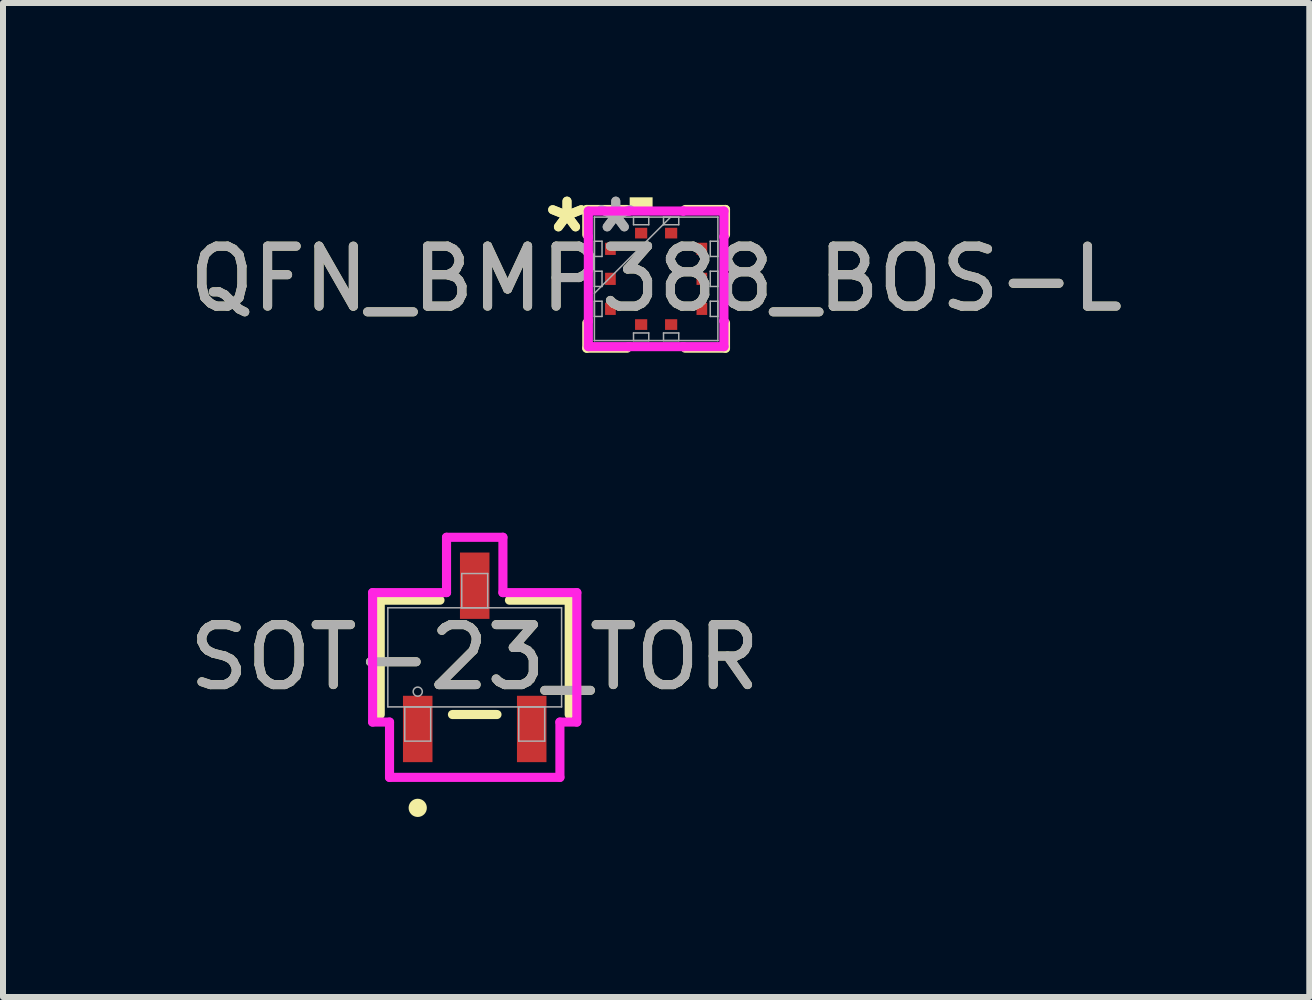
<source format=kicad_pcb>
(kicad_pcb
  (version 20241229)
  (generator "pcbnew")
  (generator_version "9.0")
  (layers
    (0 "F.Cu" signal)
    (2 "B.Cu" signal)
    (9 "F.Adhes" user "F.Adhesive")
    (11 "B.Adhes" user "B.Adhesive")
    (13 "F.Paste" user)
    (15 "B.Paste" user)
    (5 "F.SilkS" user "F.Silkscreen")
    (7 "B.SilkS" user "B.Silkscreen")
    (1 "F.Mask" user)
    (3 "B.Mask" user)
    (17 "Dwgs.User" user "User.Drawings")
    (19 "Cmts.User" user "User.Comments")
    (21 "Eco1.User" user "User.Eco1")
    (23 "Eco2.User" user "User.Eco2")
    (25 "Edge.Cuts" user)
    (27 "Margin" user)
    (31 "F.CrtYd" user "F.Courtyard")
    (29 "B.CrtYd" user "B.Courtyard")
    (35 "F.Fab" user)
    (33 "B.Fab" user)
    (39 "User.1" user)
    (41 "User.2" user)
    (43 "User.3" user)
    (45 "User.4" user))
  (footprint "SOT-23_TOR"
    (layer "F.Cu")
    (at 4.863 7.907)
    (property "Reference" "SOT-23_TOR" (at 0 0 0) (unlocked yes) (layer "F.SilkS") (effects (font (size 1 1) (thickness 0.15))))
    (attr smd)
    (fp_line (start -1.575 -0.953) (end -1.575 0.953) (stroke (width 0.152) (type solid)) (layer "F.SilkS"))
    (fp_line (start -0.579 -0.953) (end -1.575 -0.953) (stroke (width 0.152) (type solid)) (layer "F.SilkS"))
    (fp_line (start -0.371 0.953) (end 0.371 0.953) (stroke (width 0.152) (type solid)) (layer "F.SilkS"))
    (fp_line (start 1.575 -0.953) (end 0.579 -0.953) (stroke (width 0.152) (type solid)) (layer "F.SilkS"))
    (fp_line (start 1.575 0.953) (end 1.575 -0.953) (stroke (width 0.152) (type solid)) (layer "F.SilkS"))
    (fp_circle (center -0.95 2.509) (end -0.874 2.509) (stroke (width 0.152) (type solid)) (fill no) (layer "F.SilkS"))
    (fp_line (start -1.702 -1.079) (end -0.47 -1.079) (stroke (width 0.152) (type solid)) (layer "F.CrtYd"))
    (fp_line (start -1.702 1.079) (end -1.702 -1.079) (stroke (width 0.152) (type solid)) (layer "F.CrtYd"))
    (fp_line (start -1.702 1.079) (end -1.42 1.079) (stroke (width 0.152) (type solid)) (layer "F.CrtYd"))
    (fp_line (start -1.42 1.079) (end -1.42 2.001) (stroke (width 0.152) (type solid)) (layer "F.CrtYd"))
    (fp_line (start -1.42 2.001) (end 1.42 2.001) (stroke (width 0.152) (type solid)) (layer "F.CrtYd"))
    (fp_line (start -0.47 -2.001) (end 0.47 -2.001) (stroke (width 0.152) (type solid)) (layer "F.CrtYd"))
    (fp_line (start -0.47 -1.079) (end -0.47 -2.001) (stroke (width 0.152) (type solid)) (layer "F.CrtYd"))
    (fp_line (start 0.47 -1.079) (end 0.47 -2.001) (stroke (width 0.152) (type solid)) (layer "F.CrtYd"))
    (fp_line (start 1.42 1.079) (end 1.42 2.001) (stroke (width 0.152) (type solid)) (layer "F.CrtYd"))
    (fp_line (start 1.702 -1.079) (end 0.47 -1.079) (stroke (width 0.152) (type solid)) (layer "F.CrtYd"))
    (fp_line (start 1.702 -1.079) (end 1.702 1.079) (stroke (width 0.152) (type solid)) (layer "F.CrtYd"))
    (fp_line (start 1.702 1.079) (end 1.42 1.079) (stroke (width 0.152) (type solid)) (layer "F.CrtYd"))
    (fp_line (start -1.448 -0.826) (end -1.448 0.826) (stroke (width 0.025) (type solid)) (layer "F.Fab"))
    (fp_line (start -1.448 0.826) (end 1.448 0.826) (stroke (width 0.025) (type solid)) (layer "F.Fab"))
    (fp_line (start -1.166 0.826) (end -1.166 1.397) (stroke (width 0.025) (type solid)) (layer "F.Fab"))
    (fp_line (start -1.166 1.397) (end -0.734 1.397) (stroke (width 0.025) (type solid)) (layer "F.Fab"))
    (fp_line (start -0.734 0.826) (end -1.166 0.826) (stroke (width 0.025) (type solid)) (layer "F.Fab"))
    (fp_line (start -0.734 1.397) (end -0.734 0.826) (stroke (width 0.025) (type solid)) (layer "F.Fab"))
    (fp_line (start -0.216 -1.397) (end -0.216 -0.826) (stroke (width 0.025) (type solid)) (layer "F.Fab"))
    (fp_line (start -0.216 -0.826) (end 0.216 -0.826) (stroke (width 0.025) (type solid)) (layer "F.Fab"))
    (fp_line (start 0.216 -1.397) (end -0.216 -1.397) (stroke (width 0.025) (type solid)) (layer "F.Fab"))
    (fp_line (start 0.216 -0.826) (end 0.216 -1.397) (stroke (width 0.025) (type solid)) (layer "F.Fab"))
    (fp_line (start 0.734 0.826) (end 0.734 1.397) (stroke (width 0.025) (type solid)) (layer "F.Fab"))
    (fp_line (start 0.734 1.397) (end 1.166 1.397) (stroke (width 0.025) (type solid)) (layer "F.Fab"))
    (fp_line (start 1.166 0.826) (end 0.734 0.826) (stroke (width 0.025) (type solid)) (layer "F.Fab"))
    (fp_line (start 1.166 1.397) (end 1.166 0.826) (stroke (width 0.025) (type solid)) (layer "F.Fab"))
    (fp_line (start 1.448 -0.826) (end -1.448 -0.826) (stroke (width 0.025) (type solid)) (layer "F.Fab"))
    (fp_line (start 1.448 0.826) (end 1.448 -0.826) (stroke (width 0.025) (type solid)) (layer "F.Fab"))
    (fp_circle (center -0.95 0.572) (end -0.874 0.572) (stroke (width 0.025) (type solid)) (fill no) (layer "F.Fab"))
    (fp_text user "${REFERENCE}" (at 0 0 0) (unlocked yes) (layer "F.Fab") (effects (font (size 1 1) (thickness 0.15))))
    (pad "1" smd rect (at -0.95 1.194) (size 0.492 1.106) (layers "F.Cu" "F.Mask" "F.Paste"))
    (pad "2" smd rect (at 0.95 1.194) (size 0.492 1.106) (layers "F.Cu" "F.Mask" "F.Paste"))
    (pad "3" smd rect (at 0 -1.194) (size 0.492 1.106) (layers "F.Cu" "F.Mask" "F.Paste")))
  (footprint "QFN_BMP388_BOS-L"
    (layer "F.Cu")
    (at 7.887 1.598)
    (property "Reference" "QFN_BMP388_BOS-L" (at 0 0 0) (unlocked yes) (layer "F.SilkS") (effects (font (size 1 1) (thickness 0.15))))
    (attr smd)
    (fp_line (start -1.156 -1.156) (end -1.156 -0.735) (stroke (width 0.152) (type solid)) (layer "F.SilkS"))
    (fp_line (start -1.156 0.735) (end -1.156 1.156) (stroke (width 0.152) (type solid)) (layer "F.SilkS"))
    (fp_line (start -1.156 1.156) (end -0.485 1.156) (stroke (width 0.152) (type solid)) (layer "F.SilkS"))
    (fp_line (start -0.485 -1.156) (end -1.156 -1.156) (stroke (width 0.152) (type solid)) (layer "F.SilkS"))
    (fp_line (start 0.485 1.156) (end 1.156 1.156) (stroke (width 0.152) (type solid)) (layer "F.SilkS"))
    (fp_line (start 1.156 -1.156) (end 0.485 -1.156) (stroke (width 0.152) (type solid)) (layer "F.SilkS"))
    (fp_line (start 1.156 -0.735) (end 1.156 -1.156) (stroke (width 0.152) (type solid)) (layer "F.SilkS"))
    (fp_line (start 1.156 1.156) (end 1.156 0.735) (stroke (width 0.152) (type solid)) (layer "F.SilkS"))
    (fp_poly (pts (xy -0.441 -1.105) (xy -0.441 -1.359) (xy -0.059 -1.359) (xy -0.059 -1.105)) (stroke (width 0) (type solid)) (fill yes) (layer "F.SilkS"))
    (fp_line (start -1.13 -1.13) (end -0.453 -1.13) (stroke (width 0.152) (type solid)) (layer "F.CrtYd"))
    (fp_line (start -1.13 -0.703) (end -1.13 -1.13) (stroke (width 0.152) (type solid)) (layer "F.CrtYd"))
    (fp_line (start -1.13 -0.703) (end -1.13 -0.703) (stroke (width 0.152) (type solid)) (layer "F.CrtYd"))
    (fp_line (start -1.13 0.703) (end -1.13 -0.703) (stroke (width 0.152) (type solid)) (layer "F.CrtYd"))
    (fp_line (start -1.13 0.703) (end -1.13 0.703) (stroke (width 0.152) (type solid)) (layer "F.CrtYd"))
    (fp_line (start -1.13 1.13) (end -1.13 0.703) (stroke (width 0.152) (type solid)) (layer "F.CrtYd"))
    (fp_line (start -0.453 -1.13) (end -0.453 -1.13) (stroke (width 0.152) (type solid)) (layer "F.CrtYd"))
    (fp_line (start -0.453 -1.13) (end 0.453 -1.13) (stroke (width 0.152) (type solid)) (layer "F.CrtYd"))
    (fp_line (start -0.453 1.13) (end -1.13 1.13) (stroke (width 0.152) (type solid)) (layer "F.CrtYd"))
    (fp_line (start -0.453 1.13) (end -0.453 1.13) (stroke (width 0.152) (type solid)) (layer "F.CrtYd"))
    (fp_line (start 0.453 -1.13) (end 0.453 -1.13) (stroke (width 0.152) (type solid)) (layer "F.CrtYd"))
    (fp_line (start 0.453 -1.13) (end 1.13 -1.13) (stroke (width 0.152) (type solid)) (layer "F.CrtYd"))
    (fp_line (start 0.453 1.13) (end -0.453 1.13) (stroke (width 0.152) (type solid)) (layer "F.CrtYd"))
    (fp_line (start 0.453 1.13) (end 0.453 1.13) (stroke (width 0.152) (type solid)) (layer "F.CrtYd"))
    (fp_line (start 1.13 -1.13) (end 1.13 -0.703) (stroke (width 0.152) (type solid)) (layer "F.CrtYd"))
    (fp_line (start 1.13 -0.703) (end 1.13 -0.703) (stroke (width 0.152) (type solid)) (layer "F.CrtYd"))
    (fp_line (start 1.13 -0.703) (end 1.13 0.703) (stroke (width 0.152) (type solid)) (layer "F.CrtYd"))
    (fp_line (start 1.13 0.703) (end 1.13 0.703) (stroke (width 0.152) (type solid)) (layer "F.CrtYd"))
    (fp_line (start 1.13 0.703) (end 1.13 1.13) (stroke (width 0.152) (type solid)) (layer "F.CrtYd"))
    (fp_line (start 1.13 1.13) (end 0.453 1.13) (stroke (width 0.152) (type solid)) (layer "F.CrtYd"))
    (fp_line (start -1.029 -1.029) (end -1.029 -1.029) (stroke (width 0.025) (type solid)) (layer "F.Fab"))
    (fp_line (start -1.029 -1.029) (end -1.029 1.029) (stroke (width 0.025) (type solid)) (layer "F.Fab"))
    (fp_line (start -1.029 -0.627) (end -0.902 -0.627) (stroke (width 0.025) (type solid)) (layer "F.Fab"))
    (fp_line (start -1.029 -0.373) (end -1.029 -0.627) (stroke (width 0.025) (type solid)) (layer "F.Fab"))
    (fp_line (start -1.029 -0.127) (end -0.902 -0.127) (stroke (width 0.025) (type solid)) (layer "F.Fab"))
    (fp_line (start -1.029 0.127) (end -1.029 -0.127) (stroke (width 0.025) (type solid)) (layer "F.Fab"))
    (fp_line (start -1.029 0.241) (end 0.241 -1.029) (stroke (width 0.025) (type solid)) (layer "F.Fab"))
    (fp_line (start -1.029 0.373) (end -0.902 0.373) (stroke (width 0.025) (type solid)) (layer "F.Fab"))
    (fp_line (start -1.029 0.627) (end -1.029 0.373) (stroke (width 0.025) (type solid)) (layer "F.Fab"))
    (fp_line (start -1.029 1.029) (end -1.029 1.029) (stroke (width 0.025) (type solid)) (layer "F.Fab"))
    (fp_line (start -1.029 1.029) (end 1.029 1.029) (stroke (width 0.025) (type solid)) (layer "F.Fab"))
    (fp_line (start -0.902 -0.627) (end -0.902 -0.373) (stroke (width 0.025) (type solid)) (layer "F.Fab"))
    (fp_line (start -0.902 -0.373) (end -1.029 -0.373) (stroke (width 0.025) (type solid)) (layer "F.Fab"))
    (fp_line (start -0.902 -0.127) (end -0.902 0.127) (stroke (width 0.025) (type solid)) (layer "F.Fab"))
    (fp_line (start -0.902 0.127) (end -1.029 0.127) (stroke (width 0.025) (type solid)) (layer "F.Fab"))
    (fp_line (start -0.902 0.373) (end -0.902 0.627) (stroke (width 0.025) (type solid)) (layer "F.Fab"))
    (fp_line (start -0.902 0.627) (end -1.029 0.627) (stroke (width 0.025) (type solid)) (layer "F.Fab"))
    (fp_line (start -0.377 -1.029) (end -0.123 -1.029) (stroke (width 0.025) (type solid)) (layer "F.Fab"))
    (fp_line (start -0.377 -0.902) (end -0.377 -1.029) (stroke (width 0.025) (type solid)) (layer "F.Fab"))
    (fp_line (start -0.377 0.902) (end -0.123 0.902) (stroke (width 0.025) (type solid)) (layer "F.Fab"))
    (fp_line (start -0.377 1.029) (end -0.377 0.902) (stroke (width 0.025) (type solid)) (layer "F.Fab"))
    (fp_line (start -0.123 -1.029) (end -0.123 -0.902) (stroke (width 0.025) (type solid)) (layer "F.Fab"))
    (fp_line (start -0.123 -0.902) (end -0.377 -0.902) (stroke (width 0.025) (type solid)) (layer "F.Fab"))
    (fp_line (start -0.123 0.902) (end -0.123 1.029) (stroke (width 0.025) (type solid)) (layer "F.Fab"))
    (fp_line (start -0.123 1.029) (end -0.377 1.029) (stroke (width 0.025) (type solid)) (layer "F.Fab"))
    (fp_line (start 0.123 -1.029) (end 0.377 -1.029) (stroke (width 0.025) (type solid)) (layer "F.Fab"))
    (fp_line (start 0.123 -0.902) (end 0.123 -1.029) (stroke (width 0.025) (type solid)) (layer "F.Fab"))
    (fp_line (start 0.123 0.902) (end 0.377 0.902) (stroke (width 0.025) (type solid)) (layer "F.Fab"))
    (fp_line (start 0.123 1.029) (end 0.123 0.902) (stroke (width 0.025) (type solid)) (layer "F.Fab"))
    (fp_line (start 0.377 -1.029) (end 0.377 -0.902) (stroke (width 0.025) (type solid)) (layer "F.Fab"))
    (fp_line (start 0.377 -0.902) (end 0.123 -0.902) (stroke (width 0.025) (type solid)) (layer "F.Fab"))
    (fp_line (start 0.377 0.902) (end 0.377 1.029) (stroke (width 0.025) (type solid)) (layer "F.Fab"))
    (fp_line (start 0.377 1.029) (end 0.123 1.029) (stroke (width 0.025) (type solid)) (layer "F.Fab"))
    (fp_line (start 0.902 -0.627) (end 1.029 -0.627) (stroke (width 0.025) (type solid)) (layer "F.Fab"))
    (fp_line (start 0.902 -0.373) (end 0.902 -0.627) (stroke (width 0.025) (type solid)) (layer "F.Fab"))
    (fp_line (start 0.902 -0.127) (end 1.029 -0.127) (stroke (width 0.025) (type solid)) (layer "F.Fab"))
    (fp_line (start 0.902 0.127) (end 0.902 -0.127) (stroke (width 0.025) (type solid)) (layer "F.Fab"))
    (fp_line (start 0.902 0.373) (end 1.029 0.373) (stroke (width 0.025) (type solid)) (layer "F.Fab"))
    (fp_line (start 0.902 0.627) (end 0.902 0.373) (stroke (width 0.025) (type solid)) (layer "F.Fab"))
    (fp_line (start 1.029 -1.029) (end -1.029 -1.029) (stroke (width 0.025) (type solid)) (layer "F.Fab"))
    (fp_line (start 1.029 -1.029) (end 1.029 -1.029) (stroke (width 0.025) (type solid)) (layer "F.Fab"))
    (fp_line (start 1.029 -0.627) (end 1.029 -0.373) (stroke (width 0.025) (type solid)) (layer "F.Fab"))
    (fp_line (start 1.029 -0.373) (end 0.902 -0.373) (stroke (width 0.025) (type solid)) (layer "F.Fab"))
    (fp_line (start 1.029 -0.127) (end 1.029 0.127) (stroke (width 0.025) (type solid)) (layer "F.Fab"))
    (fp_line (start 1.029 0.127) (end 0.902 0.127) (stroke (width 0.025) (type solid)) (layer "F.Fab"))
    (fp_line (start 1.029 0.373) (end 1.029 0.627) (stroke (width 0.025) (type solid)) (layer "F.Fab"))
    (fp_line (start 1.029 0.627) (end 0.902 0.627) (stroke (width 0.025) (type solid)) (layer "F.Fab"))
    (fp_line (start 1.029 1.029) (end 1.029 -1.029) (stroke (width 0.025) (type solid)) (layer "F.Fab"))
    (fp_line (start 1.029 1.029) (end 1.029 1.029) (stroke (width 0.025) (type solid)) (layer "F.Fab"))
    (fp_text user "*" (at -1.486 -0.75 0) (layer "F.SilkS") (effects (font (size 1 1) (thickness 0.15))))
    (fp_text user "*" (at -1.486 -0.75 0) (unlocked yes) (layer "F.SilkS") (effects (font (size 1 1) (thickness 0.15))))
    (fp_text user "*" (at -0.673 -0.75 0) (layer "F.Fab") (effects (font (size 1 1) (thickness 0.15))))
    (fp_text user "${REFERENCE}" (at 0 0 0) (unlocked yes) (layer "F.Fab") (effects (font (size 1 1) (thickness 0.15))))
    (fp_text user "*" (at -0.673 -0.75 0) (unlocked yes) (layer "F.Fab") (effects (font (size 1 1) (thickness 0.15))))
    (pad "1" smd rect (at 0.25 -0.762) (size 0.203 0.178) (layers "F.Cu" "F.Mask" "F.Paste"))
    (pad "2" smd rect (at -0.25 -0.762) (size 0.203 0.178) (layers "F.Cu" "F.Mask" "F.Paste"))
    (pad "3" smd rect (at -0.762 -0.5 90) (size 0.203 0.178) (layers "F.Cu" "F.Mask" "F.Paste"))
    (pad "4" smd rect (at -0.762 0 90) (size 0.203 0.178) (layers "F.Cu" "F.Mask" "F.Paste"))
    (pad "5" smd rect (at -0.762 0.5 90) (size 0.203 0.178) (layers "F.Cu" "F.Mask" "F.Paste"))
    (pad "6" smd rect (at -0.25 0.762) (size 0.203 0.178) (layers "F.Cu" "F.Mask" "F.Paste"))
    (pad "7" smd rect (at 0.25 0.762) (size 0.203 0.178) (layers "F.Cu" "F.Mask" "F.Paste"))
    (pad "8" smd rect (at 0.762 0.5 90) (size 0.203 0.178) (layers "F.Cu" "F.Mask" "F.Paste"))
    (pad "9" smd rect (at 0.762 0 90) (size 0.203 0.178) (layers "F.Cu" "F.Mask" "F.Paste"))
    (pad "10" smd rect (at 0.762 -0.5 90) (size 0.203 0.178) (layers "F.Cu" "F.Mask" "F.Paste")))
  (gr_rect
    (start -3 -3)
    (end 18.774 13.569)
    (stroke (width 0.1) (type default))
    (fill no)
    (layer "Edge.Cuts")))
</source>
